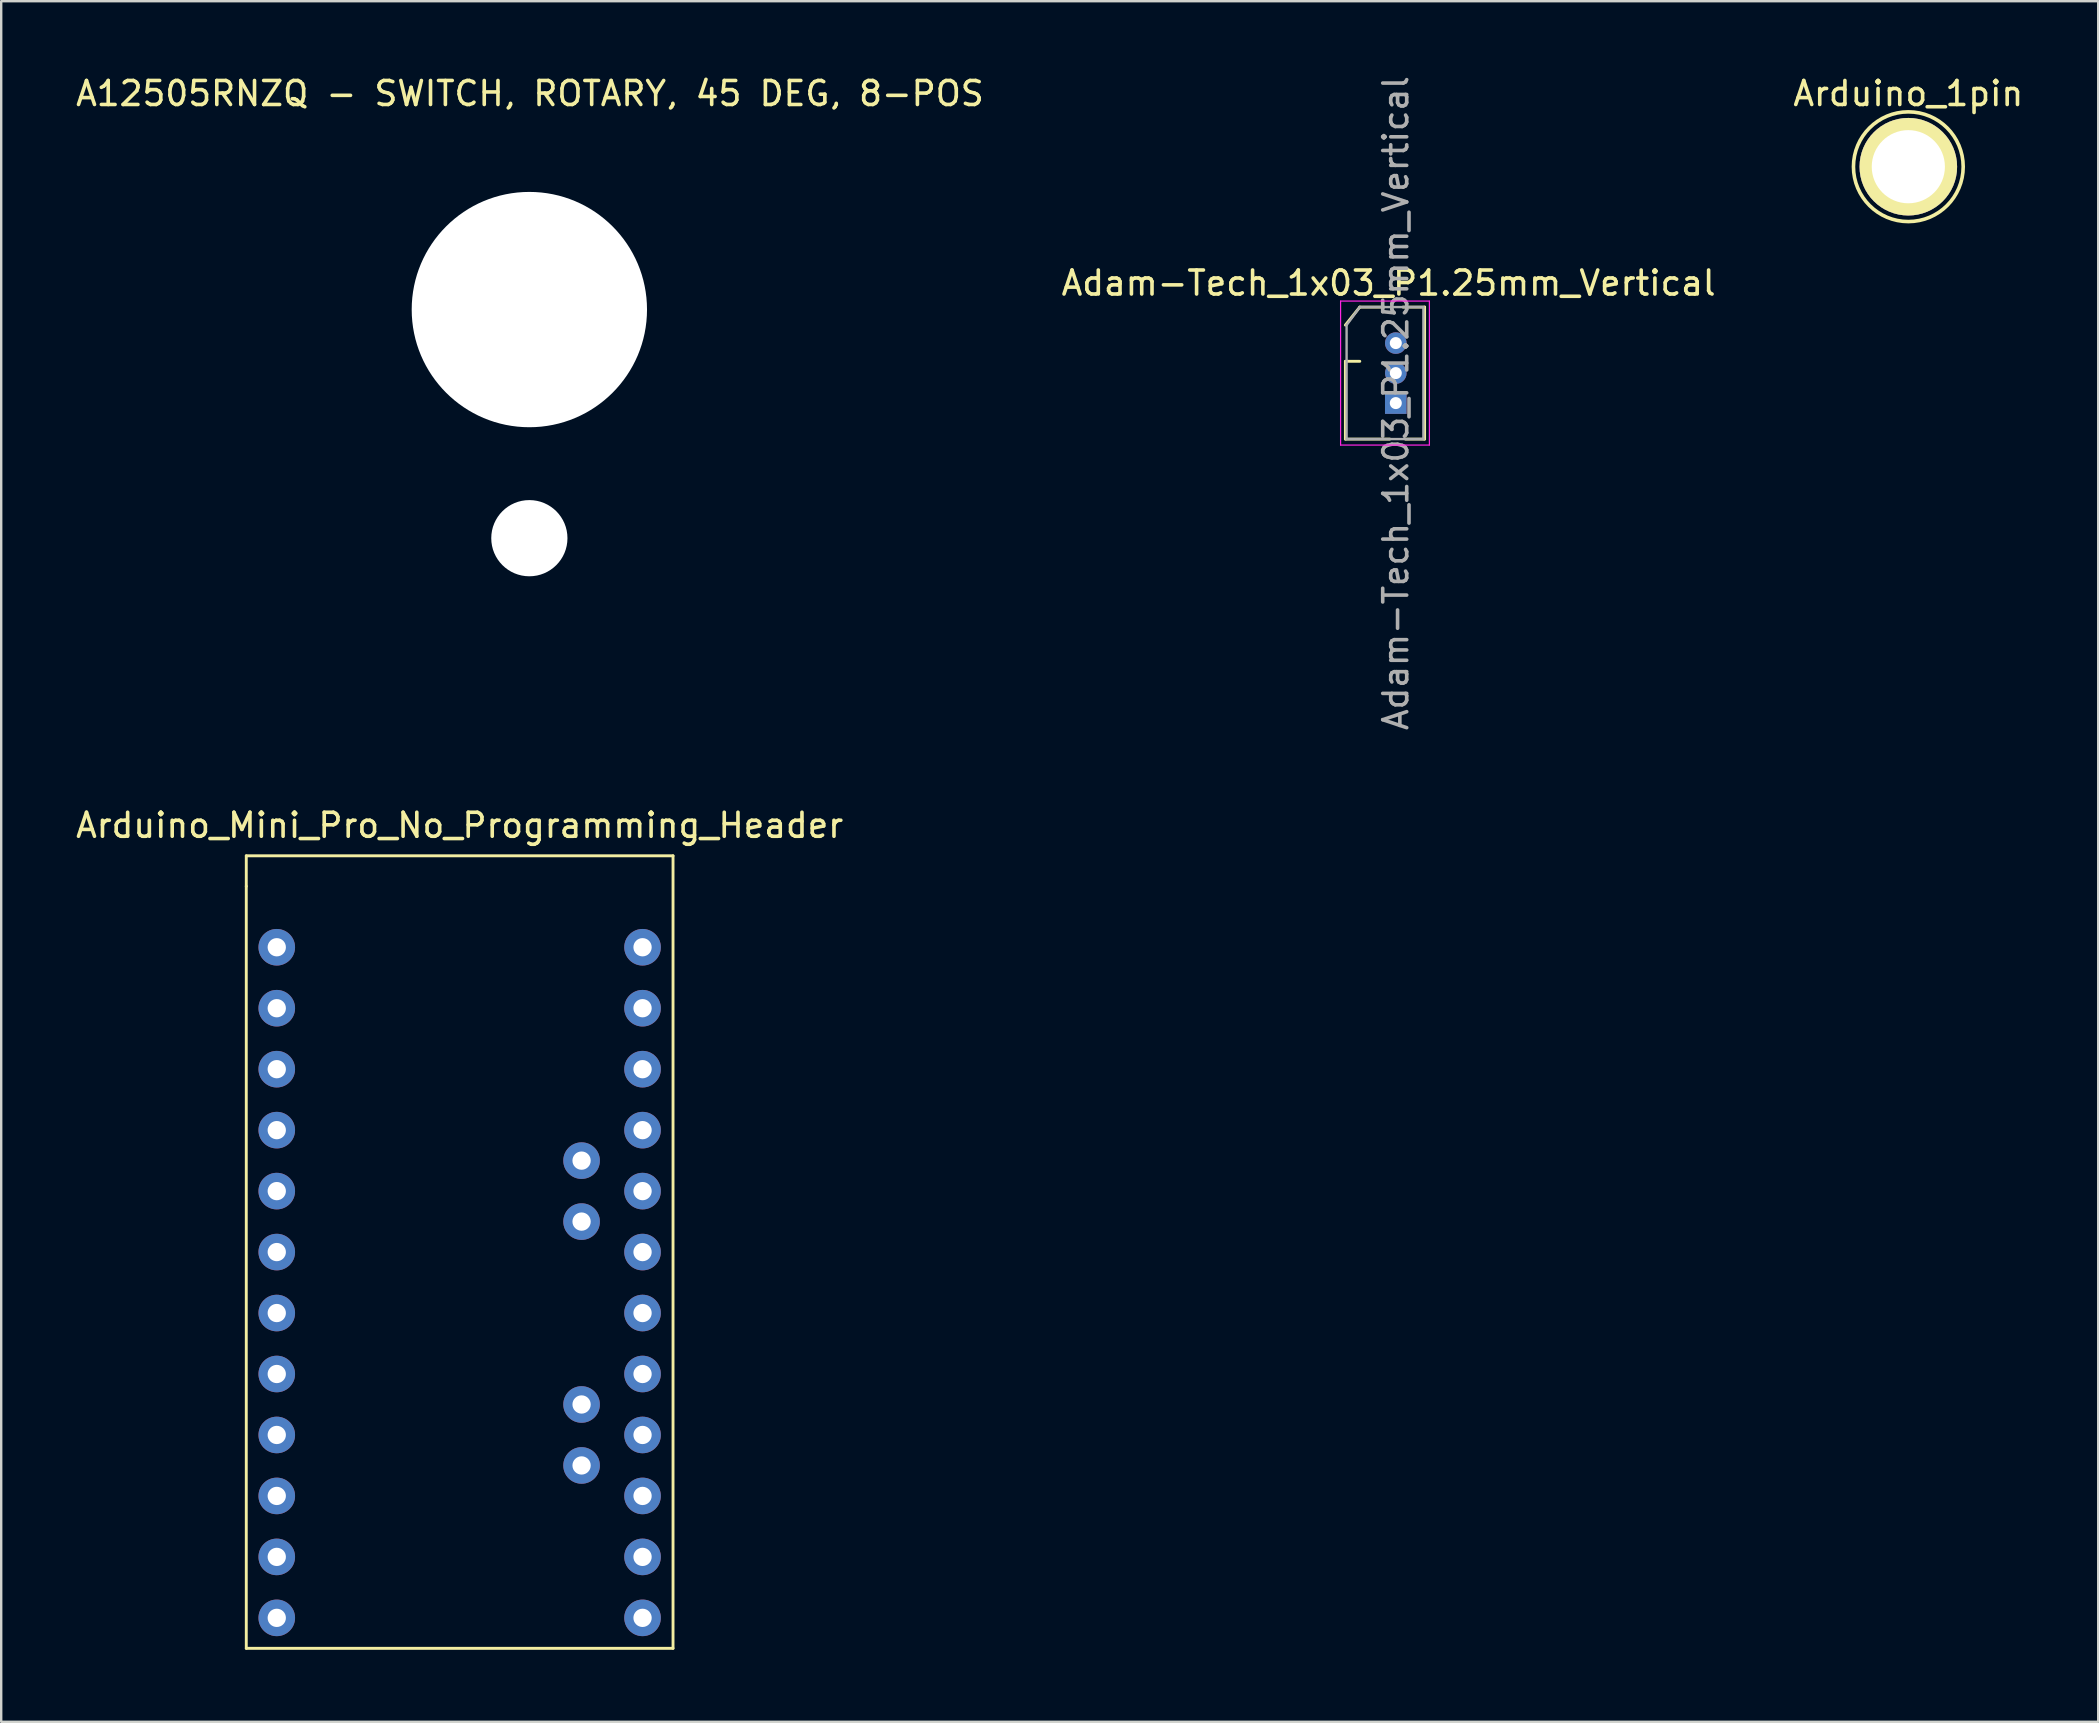
<source format=kicad_pcb>
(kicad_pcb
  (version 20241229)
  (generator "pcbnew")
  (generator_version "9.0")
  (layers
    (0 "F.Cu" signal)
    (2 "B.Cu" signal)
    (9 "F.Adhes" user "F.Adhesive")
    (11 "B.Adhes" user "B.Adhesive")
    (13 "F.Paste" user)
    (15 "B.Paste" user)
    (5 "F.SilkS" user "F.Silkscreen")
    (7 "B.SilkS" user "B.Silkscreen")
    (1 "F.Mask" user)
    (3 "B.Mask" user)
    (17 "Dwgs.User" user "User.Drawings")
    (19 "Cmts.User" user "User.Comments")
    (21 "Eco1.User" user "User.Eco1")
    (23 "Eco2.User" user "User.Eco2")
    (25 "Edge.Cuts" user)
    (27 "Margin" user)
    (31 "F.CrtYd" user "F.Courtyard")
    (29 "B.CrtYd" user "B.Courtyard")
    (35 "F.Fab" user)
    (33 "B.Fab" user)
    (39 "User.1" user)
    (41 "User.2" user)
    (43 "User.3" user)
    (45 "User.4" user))
  (footprint "Adam-Tech_1x03_P1.25mm_Vertical"
    (layer "F.Cu")
    (at 55.104 13.744)
    (property "Reference" "Adam-Tech_1x03_P1.25mm_Vertical" (at -0.3 -5 0) (layer "F.SilkS") (effects (font (size 1 1) (thickness 0.15))))
    (attr through_hole)
    (fp_line (start -2.1 -3.25) (end -1.5 -4) (stroke (width 0.12) (type solid)) (layer "F.SilkS"))
    (fp_line (start -2.1 -1.74) (end -2.1 1.5) (stroke (width 0.12) (type solid)) (layer "F.SilkS"))
    (fp_line (start -2.1 -1.74) (end -1.5 -1.74) (stroke (width 0.12) (type solid)) (layer "F.SilkS"))
    (fp_line (start -2.1 1.5) (end -0.25 1.5) (stroke (width 0.12) (type solid)) (layer "F.SilkS"))
    (fp_line (start -1.5 -4) (end -0.5 -4) (stroke (width 0.12) (type solid)) (layer "F.SilkS"))
    (fp_line (start 0.3 -4) (end 1.2 -4) (stroke (width 0.12) (type solid)) (layer "F.SilkS"))
    (fp_line (start 0.4 1.5) (end 1.2 1.5) (stroke (width 0.12) (type solid)) (layer "F.SilkS"))
    (fp_line (start 1.2 -4) (end 1.2 1.5) (stroke (width 0.12) (type solid)) (layer "F.SilkS"))
    (fp_line (start -2.3 -4.25) (end -2.3 1.75) (stroke (width 0.05) (type solid)) (layer "F.CrtYd"))
    (fp_line (start -2.3 1.75) (end 1.4 1.75) (stroke (width 0.05) (type solid)) (layer "F.CrtYd"))
    (fp_line (start 1.4 -4.25) (end -2.3 -4.25) (stroke (width 0.05) (type solid)) (layer "F.CrtYd"))
    (fp_line (start 1.4 1.75) (end 1.4 -4.25) (stroke (width 0.05) (type solid)) (layer "F.CrtYd"))
    (fp_line (start -2.05 -3.25) (end -1.5 -4) (stroke (width 0.1) (type solid)) (layer "F.Fab"))
    (fp_line (start -2.05 1.5) (end -2.05 -3.25) (stroke (width 0.1) (type solid)) (layer "F.Fab"))
    (fp_line (start -1.5 -4) (end 1.15 -4) (stroke (width 0.1) (type solid)) (layer "F.Fab"))
    (fp_line (start 1.15 1.5) (end -2.05 1.5) (stroke (width 0.1) (type solid)) (layer "F.Fab"))
    (fp_line (start 1.15 1.5) (end 1.15 -4) (stroke (width 0.1) (type solid)) (layer "F.Fab"))
    (fp_text user "${REFERENCE}" (at 0 0 90) (layer "F.Fab") (effects (font (size 1 1) (thickness 0.15))))
    (pad "1" thru_hole rect (at 0 0) (size 0.9 0.9) (drill 0.5) (layers "*.Cu" "*.Mask"))
    (pad "2" thru_hole oval (at 0 -1.25) (size 0.9 0.9) (drill 0.5) (layers "*.Cu" "*.Mask"))
    (pad "3" thru_hole oval (at 0 -2.5) (size 0.9 0.9) (drill 0.5) (layers "*.Cu" "*.Mask")))
  (footprint "A12505RNZQ - SWITCH, ROTARY, 45 DEG, 8-POS"
    (layer "F.Cu")
    (at 19.005 9.848)
    (property "Reference" "A12505RNZQ - SWITCH, ROTARY, 45 DEG, 8-POS" (at 0.025 -9 0) (layer "F.SilkS") (effects (font (size 1 1) (thickness 0.15))))
    (attr through_hole board_only exclude_from_pos_files exclude_from_bom)
    (pad "" np_thru_hole circle (at 0 0) (size 9.804 9.804) (drill 9.804) (layers "*.Cu" "*.Mask"))
    (pad "" np_thru_hole circle (at 0 9.525) (size 3.175 3.175) (drill 3.175) (layers "*.Cu" "*.Mask")))
  (footprint "Arduino_Mini_Pro_No_Programming_Header"
    (layer "F.Cu")
    (at 16.101 42.766)
    (property "Reference" "Arduino_Mini_Pro_No_Programming_Header" (at 0 -11.43 0) (layer "F.SilkS") (effects (font (size 1 1) (thickness 0.15))))
    (attr through_hole)
    (fp_line (start -8.89 -10.16) (end 8.89 -10.16) (stroke (width 0.12) (type solid)) (layer "F.SilkS"))
    (fp_line (start -8.89 -8.89) (end -8.89 -10.16) (stroke (width 0.12) (type solid)) (layer "F.SilkS"))
    (fp_line (start -8.89 22.86) (end -8.89 -8.89) (stroke (width 0.12) (type solid)) (layer "F.SilkS"))
    (fp_line (start 8.89 -10.16) (end 8.89 22.86) (stroke (width 0.12) (type solid)) (layer "F.SilkS"))
    (fp_line (start 8.89 22.86) (end -8.89 22.86) (stroke (width 0.12) (type solid)) (layer "F.SilkS"))
    (pad "1" thru_hole circle (at -7.62 -6.35) (size 1.524 1.524) (drill 0.762) (layers "*.Cu" "*.Mask"))
    (pad "2" thru_hole circle (at -7.62 -3.81) (size 1.524 1.524) (drill 0.762) (layers "*.Cu" "*.Mask"))
    (pad "3" thru_hole circle (at -7.62 -1.27) (size 1.524 1.524) (drill 0.762) (layers "*.Cu" "*.Mask"))
    (pad "4" thru_hole circle (at -7.62 1.27) (size 1.524 1.524) (drill 0.762) (layers "*.Cu" "*.Mask"))
    (pad "5" thru_hole circle (at -7.62 3.81) (size 1.524 1.524) (drill 0.762) (layers "*.Cu" "*.Mask"))
    (pad "6" thru_hole circle (at -7.62 6.35) (size 1.524 1.524) (drill 0.762) (layers "*.Cu" "*.Mask"))
    (pad "7" thru_hole circle (at -7.62 8.89) (size 1.524 1.524) (drill 0.762) (layers "*.Cu" "*.Mask"))
    (pad "8" thru_hole circle (at -7.62 11.43) (size 1.524 1.524) (drill 0.762) (layers "*.Cu" "*.Mask"))
    (pad "9" thru_hole circle (at -7.62 13.97) (size 1.524 1.524) (drill 0.762) (layers "*.Cu" "*.Mask"))
    (pad "10" thru_hole circle (at -7.62 16.51) (size 1.524 1.524) (drill 0.762) (layers "*.Cu" "*.Mask"))
    (pad "11" thru_hole circle (at -7.62 19.05) (size 1.524 1.524) (drill 0.762) (layers "*.Cu" "*.Mask"))
    (pad "12" thru_hole circle (at -7.62 21.59) (size 1.524 1.524) (drill 0.762) (layers "*.Cu" "*.Mask"))
    (pad "13" thru_hole circle (at 7.62 21.59) (size 1.524 1.524) (drill 0.762) (layers "*.Cu" "*.Mask"))
    (pad "14" thru_hole circle (at 7.62 19.05) (size 1.524 1.524) (drill 0.762) (layers "*.Cu" "*.Mask"))
    (pad "15" thru_hole circle (at 7.62 16.51) (size 1.524 1.524) (drill 0.762) (layers "*.Cu" "*.Mask"))
    (pad "16" thru_hole circle (at 7.62 13.97) (size 1.524 1.524) (drill 0.762) (layers "*.Cu" "*.Mask"))
    (pad "17" thru_hole circle (at 7.62 11.43) (size 1.524 1.524) (drill 0.762) (layers "*.Cu" "*.Mask"))
    (pad "18" thru_hole circle (at 7.62 8.89) (size 1.524 1.524) (drill 0.762) (layers "*.Cu" "*.Mask"))
    (pad "19" thru_hole circle (at 7.62 6.35) (size 1.524 1.524) (drill 0.762) (layers "*.Cu" "*.Mask"))
    (pad "20" thru_hole circle (at 7.62 3.81) (size 1.524 1.524) (drill 0.762) (layers "*.Cu" "*.Mask"))
    (pad "21" thru_hole circle (at 7.62 1.27) (size 1.524 1.524) (drill 0.762) (layers "*.Cu" "*.Mask"))
    (pad "22" thru_hole circle (at 7.62 -1.27) (size 1.524 1.524) (drill 0.762) (layers "*.Cu" "*.Mask"))
    (pad "23" thru_hole circle (at 7.62 -3.81) (size 1.524 1.524) (drill 0.762) (layers "*.Cu" "*.Mask"))
    (pad "24" thru_hole circle (at 7.62 -6.35) (size 1.524 1.524) (drill 0.762) (layers "*.Cu" "*.Mask"))
    (pad "31" thru_hole circle (at 5.08 15.24) (size 1.524 1.524) (drill 0.762) (layers "*.Cu" "*.Mask"))
    (pad "32" thru_hole circle (at 5.08 12.7) (size 1.524 1.524) (drill 0.762) (layers "*.Cu" "*.Mask"))
    (pad "33" thru_hole circle (at 5.08 5.08) (size 1.524 1.524) (drill 0.762) (layers "*.Cu" "*.Mask"))
    (pad "34" thru_hole circle (at 5.08 2.54) (size 1.524 1.524) (drill 0.762) (layers "*.Cu" "*.Mask")))
  (footprint "Arduino_1pin"
    (layer "F.Cu")
    (at 76.458 3.896)
    (property "Reference" "Arduino_1pin" (at 0 -3.048 0) (layer "F.SilkS") (effects (font (size 1 1) (thickness 0.15))))
    (attr through_hole exclude_from_pos_files exclude_from_bom)
    (fp_circle (center 0 0) (end 0 -2.286) (stroke (width 0.15) (type solid)) (fill no) (layer "F.SilkS"))
    (pad "1" thru_hole circle (at 0 0) (size 4.064 4.064) (drill 3.048) (layers "*.Cu" "*.Mask" "F.SilkS")))
  (gr_rect
    (start -3 -3)
    (end 84.369 68.686)
    (stroke (width 0.1) (type default))
    (fill no)
    (layer "Edge.Cuts")))
</source>
